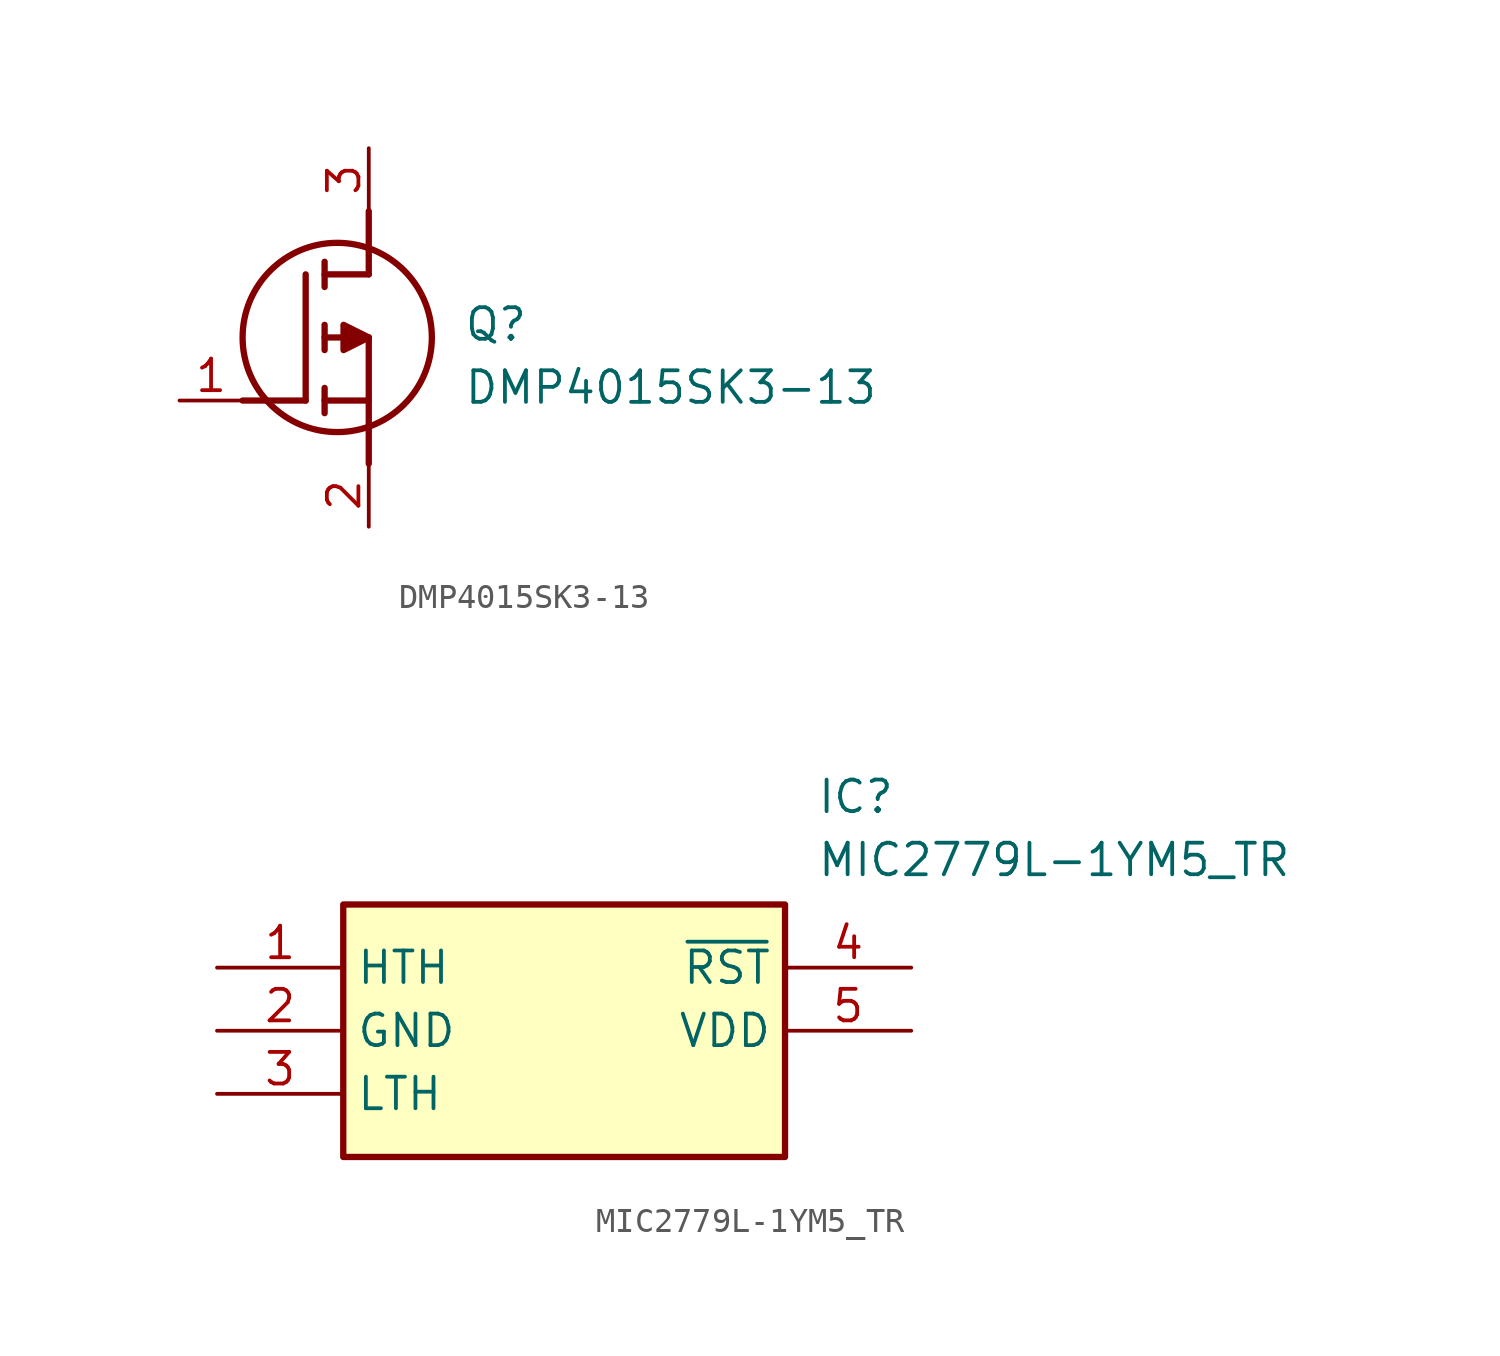
<source format=kicad_sym>
(kicad_symbol_lib
  (version 20211014)
  (generator SamacSys_ECAD_Model)
  (symbol "DMP4015SK3-13"
    (pin_names hide)
    (property "Reference" "Q"
      (at 11.43 3.81 0)
      (effects (font (size 1.27 1.27)) (justify left top)))
    (property "Value" "DMP4015SK3-13"
      (at 11.43 1.27 0)
      (effects (font (size 1.27 1.27)) (justify left top)))
    (polyline
      (pts (xy 7.62 2.54) (xy 7.62 -2.54))
      (stroke (width 0.254) (type default))
      (fill (type none)))
    (polyline
      (pts (xy 7.62 5.08) (xy 7.62 7.62))
      (stroke (width 0.254) (type default))
      (fill (type none)))
    (polyline
      (pts (xy 2.54 0) (xy 5.08 0))
      (stroke (width 0.254) (type default))
      (fill (type none)))
    (polyline
      (pts (xy 5.08 5.08) (xy 5.08 0))
      (stroke (width 0.254) (type default))
      (fill (type none)))
    (polyline
      (pts (xy 7.62 2.54) (xy 5.842 2.54))
      (stroke (width 0.254) (type default))
      (fill (type none)))
    (polyline
      (pts (xy 7.62 5.08) (xy 5.842 5.08))
      (stroke (width 0.254) (type default))
      (fill (type none)))
    (polyline
      (pts (xy 5.842 0) (xy 7.62 0))
      (stroke (width 0.254) (type default))
      (fill (type none)))
    (polyline
      (pts (xy 5.842 5.588) (xy 5.842 4.572))
      (stroke (width 0.254) (type default))
      (fill (type none)))
    (polyline
      (pts (xy 5.842 -0.508) (xy 5.842 0.508))
      (stroke (width 0.254) (type default))
      (fill (type none)))
    (polyline
      (pts (xy 5.842 2.032) (xy 5.842 3.048))
      (stroke (width 0.254) (type default))
      (fill (type none)))
    (circle
      (center 6.35 2.54)
      (radius 3.81)
      (stroke (width 0.254) (type default))
      (fill (type none)))
    (polyline
      (pts (xy 7.62 2.54) (xy 6.604 3.048) (xy 6.604 2.032) (xy 7.62 2.54))
      (stroke (width 0.254) (type default))
      (fill (type outline)))
    (pin passive line
      (at 0 0 0)
      (length 2.54)
      (name "G" (effects (font (size 1.27 1.27))))
      (number "1" (effects (font (size 1.27 1.27)))))
    (pin passive line
      (at 7.62 10.16 270)
      (length 2.54)
      (name "D" (effects (font (size 1.27 1.27))))
      (number "3" (effects (font (size 1.27 1.27)))))
    (pin passive line
      (at 7.62 -5.08 90)
      (length 2.54)
      (name "S" (effects (font (size 1.27 1.27))))
      (number "2" (effects (font (size 1.27 1.27))))))
  (symbol "MIC2779L-1YM5_TR"
    (property "Reference" "IC"
      (at 24.13 7.62 0)
      (effects (font (size 1.27 1.27)) (justify left top)))
    (property "Value" "MIC2779L-1YM5_TR"
      (at 24.13 5.08 0)
      (effects (font (size 1.27 1.27)) (justify left top)))
    (rectangle
      (start 5.08 2.54)
      (end 22.86 -7.62)
      (stroke (width 0.254) (type default))
      (fill (type background)))
    (pin passive line
      (at 0 0 0)
      (length 5.08)
      (name "HTH" (effects (font (size 1.27 1.27))))
      (number "1" (effects (font (size 1.27 1.27)))))
    (pin passive line
      (at 0 -2.54 0)
      (length 5.08)
      (name "GND" (effects (font (size 1.27 1.27))))
      (number "2" (effects (font (size 1.27 1.27)))))
    (pin passive line
      (at 0 -5.08 0)
      (length 5.08)
      (name "LTH" (effects (font (size 1.27 1.27))))
      (number "3" (effects (font (size 1.27 1.27)))))
    (pin passive line
      (at 27.94 0 180)
      (length 5.08)
      (name "~{RST}" (effects (font (size 1.27 1.27))))
      (number "4" (effects (font (size 1.27 1.27)))))
    (pin passive line
      (at 27.94 -2.54 180)
      (length 5.08)
      (name "VDD" (effects (font (size 1.27 1.27))))
      (number "5" (effects (font (size 1.27 1.27)))))))
</source>
